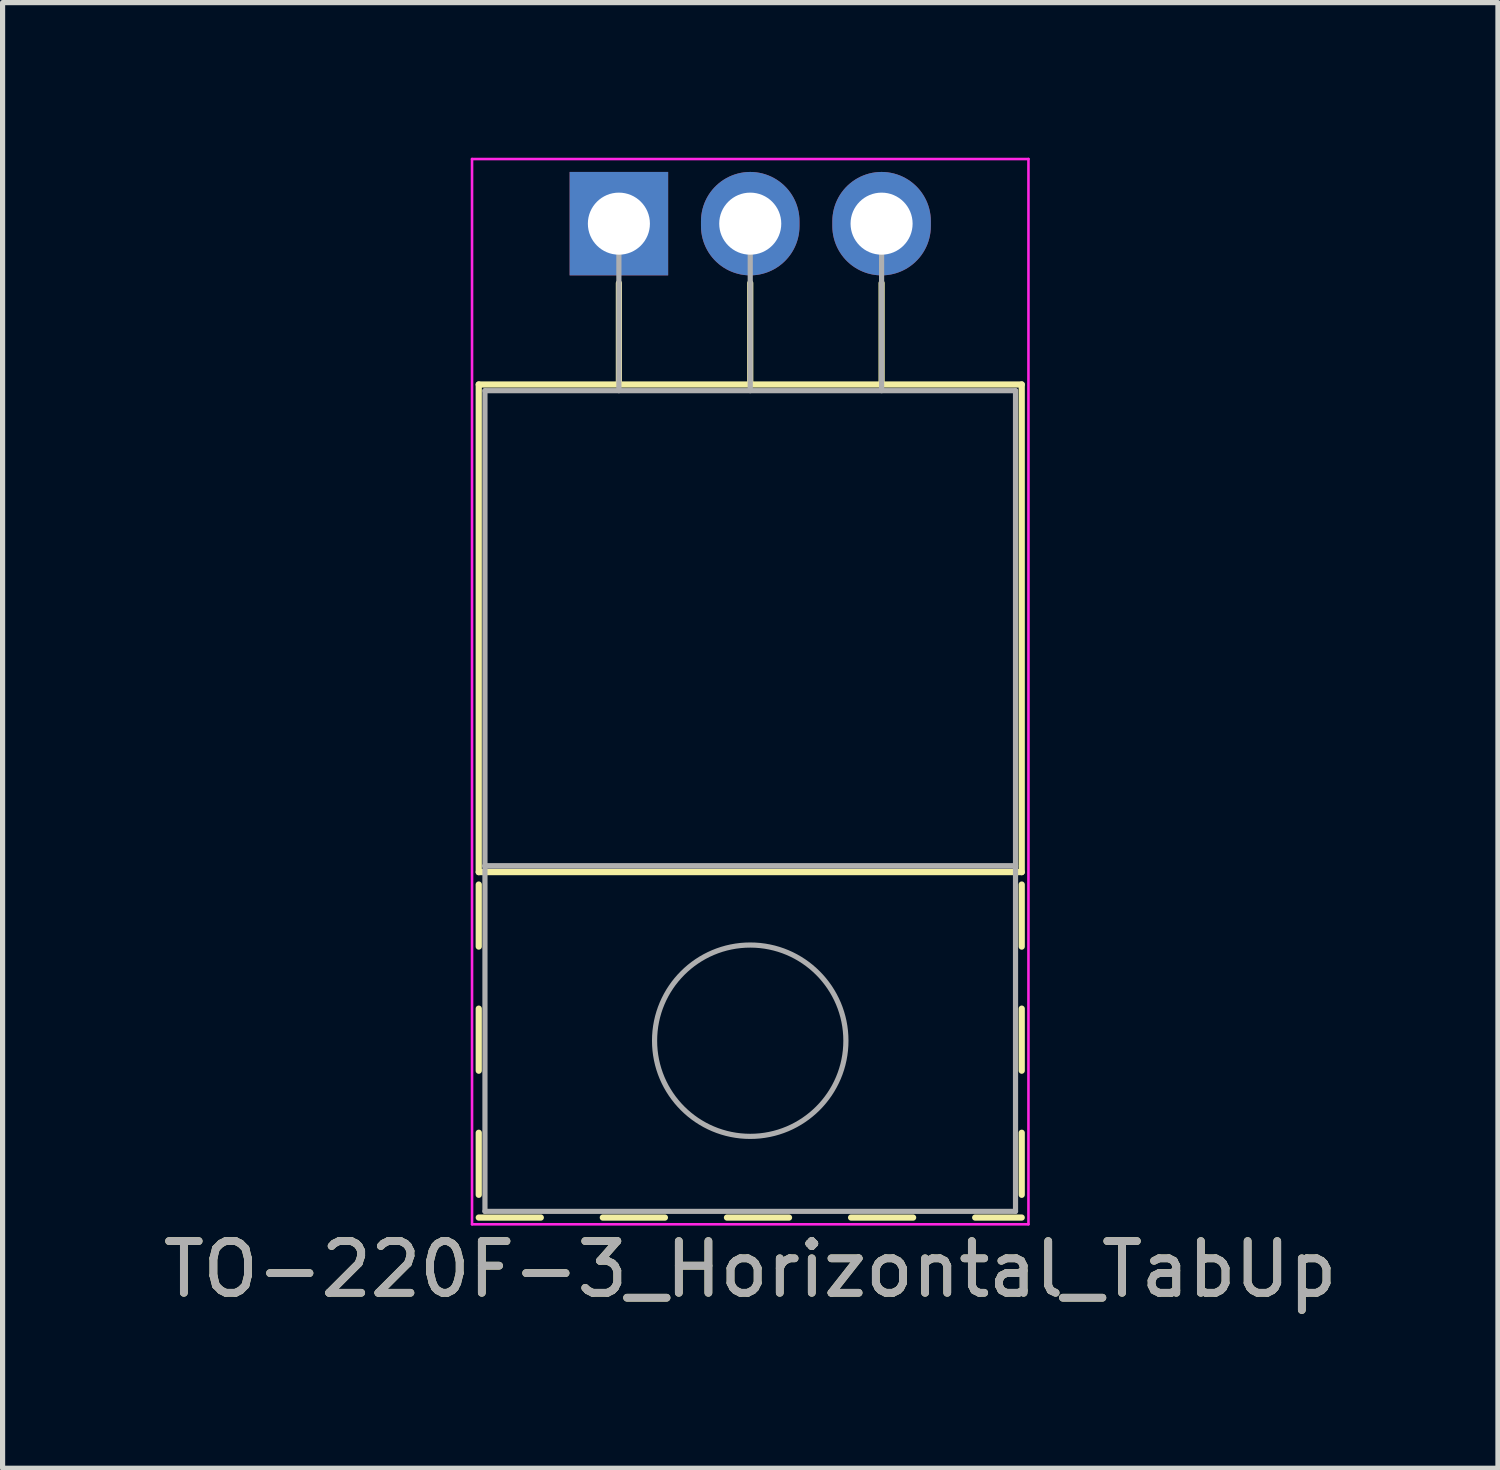
<source format=kicad_pcb>
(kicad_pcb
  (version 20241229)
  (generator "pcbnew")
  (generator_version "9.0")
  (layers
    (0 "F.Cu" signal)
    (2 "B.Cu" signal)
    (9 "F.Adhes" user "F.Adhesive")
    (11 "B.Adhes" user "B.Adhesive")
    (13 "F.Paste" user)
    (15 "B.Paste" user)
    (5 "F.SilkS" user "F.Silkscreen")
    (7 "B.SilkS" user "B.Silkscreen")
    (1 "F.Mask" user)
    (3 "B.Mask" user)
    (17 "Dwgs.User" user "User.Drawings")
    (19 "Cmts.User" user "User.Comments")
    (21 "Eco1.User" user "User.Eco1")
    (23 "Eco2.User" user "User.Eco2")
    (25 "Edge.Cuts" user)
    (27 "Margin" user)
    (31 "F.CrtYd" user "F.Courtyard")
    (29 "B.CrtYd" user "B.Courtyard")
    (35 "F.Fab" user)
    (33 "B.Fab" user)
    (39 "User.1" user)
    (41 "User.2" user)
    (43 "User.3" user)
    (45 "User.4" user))
  (footprint "TO-220F-3_Horizontal_TabUp"
    (layer "F.Cu")
    (at 8.918 1.275)
    (property "Reference" "TO-220F-3_Horizontal_TabUp" (at 2.54 20.22 0) (layer "F.SilkS") (effects (font (size 1 1) (thickness 0.15))))
    (attr through_hole)
    (fp_line (start -2.71 3.11) (end -2.71 12.54) (stroke (width 0.12) (type solid)) (layer "F.SilkS"))
    (fp_line (start -2.71 3.11) (end 7.79 3.11) (stroke (width 0.12) (type solid)) (layer "F.SilkS"))
    (fp_line (start -2.71 12.54) (end 7.79 12.54) (stroke (width 0.12) (type solid)) (layer "F.SilkS"))
    (fp_line (start -2.71 12.78) (end -2.71 13.98) (stroke (width 0.12) (type solid)) (layer "F.SilkS"))
    (fp_line (start -2.71 15.18) (end -2.71 16.38) (stroke (width 0.12) (type solid)) (layer "F.SilkS"))
    (fp_line (start -2.71 17.58) (end -2.71 18.78) (stroke (width 0.12) (type solid)) (layer "F.SilkS"))
    (fp_line (start -2.71 19.22) (end -1.51 19.22) (stroke (width 0.12) (type solid)) (layer "F.SilkS"))
    (fp_line (start -0.311 19.22) (end 0.89 19.22) (stroke (width 0.12) (type solid)) (layer "F.SilkS"))
    (fp_line (start 0 1.15) (end 0 3.11) (stroke (width 0.12) (type solid)) (layer "F.SilkS"))
    (fp_line (start 2.09 19.22) (end 3.29 19.22) (stroke (width 0.12) (type solid)) (layer "F.SilkS"))
    (fp_line (start 2.54 1.15) (end 2.54 3.11) (stroke (width 0.12) (type solid)) (layer "F.SilkS"))
    (fp_line (start 4.49 19.22) (end 5.69 19.22) (stroke (width 0.12) (type solid)) (layer "F.SilkS"))
    (fp_line (start 5.08 1.15) (end 5.08 3.11) (stroke (width 0.12) (type solid)) (layer "F.SilkS"))
    (fp_line (start 6.89 19.22) (end 7.79 19.22) (stroke (width 0.12) (type solid)) (layer "F.SilkS"))
    (fp_line (start 7.79 3.11) (end 7.79 12.54) (stroke (width 0.12) (type solid)) (layer "F.SilkS"))
    (fp_line (start 7.79 12.78) (end 7.79 13.98) (stroke (width 0.12) (type solid)) (layer "F.SilkS"))
    (fp_line (start 7.79 15.18) (end 7.79 16.38) (stroke (width 0.12) (type solid)) (layer "F.SilkS"))
    (fp_line (start 7.79 17.58) (end 7.79 18.78) (stroke (width 0.12) (type solid)) (layer "F.SilkS"))
    (fp_line (start -2.84 -1.25) (end -2.84 19.35) (stroke (width 0.05) (type solid)) (layer "F.CrtYd"))
    (fp_line (start -2.84 19.35) (end 7.92 19.35) (stroke (width 0.05) (type solid)) (layer "F.CrtYd"))
    (fp_line (start 7.92 -1.25) (end -2.84 -1.25) (stroke (width 0.05) (type solid)) (layer "F.CrtYd"))
    (fp_line (start 7.92 19.35) (end 7.92 -1.25) (stroke (width 0.05) (type solid)) (layer "F.CrtYd"))
    (fp_line (start -2.59 3.23) (end -2.59 12.42) (stroke (width 0.1) (type solid)) (layer "F.Fab"))
    (fp_line (start -2.59 12.42) (end -2.59 19.1) (stroke (width 0.1) (type solid)) (layer "F.Fab"))
    (fp_line (start -2.59 12.42) (end 7.67 12.42) (stroke (width 0.1) (type solid)) (layer "F.Fab"))
    (fp_line (start -2.59 19.1) (end 7.67 19.1) (stroke (width 0.1) (type solid)) (layer "F.Fab"))
    (fp_line (start 0 3.23) (end 0 0) (stroke (width 0.1) (type solid)) (layer "F.Fab"))
    (fp_line (start 2.54 3.23) (end 2.54 0) (stroke (width 0.1) (type solid)) (layer "F.Fab"))
    (fp_line (start 5.08 3.23) (end 5.08 0) (stroke (width 0.1) (type solid)) (layer "F.Fab"))
    (fp_line (start 7.67 3.23) (end -2.59 3.23) (stroke (width 0.1) (type solid)) (layer "F.Fab"))
    (fp_line (start 7.67 12.42) (end -2.59 12.42) (stroke (width 0.1) (type solid)) (layer "F.Fab"))
    (fp_line (start 7.67 12.42) (end 7.67 3.23) (stroke (width 0.1) (type solid)) (layer "F.Fab"))
    (fp_line (start 7.67 19.1) (end 7.67 12.42) (stroke (width 0.1) (type solid)) (layer "F.Fab"))
    (fp_circle (center 2.54 15.8) (end 4.39 15.8) (stroke (width 0.1) (type solid)) (fill no) (layer "F.Fab"))
    (fp_text user "${REFERENCE}" (at 2.54 20.22 0) (layer "F.Fab") (effects (font (size 1 1) (thickness 0.15))))
    (pad "1" thru_hole rect (at 0 0) (size 1.905 2) (drill 1.2) (layers "*.Cu" "*.Mask"))
    (pad "2" thru_hole oval (at 2.54 0) (size 1.905 2) (drill 1.2) (layers "*.Cu" "*.Mask"))
    (pad "3" thru_hole oval (at 5.08 0) (size 1.905 2) (drill 1.2) (layers "*.Cu" "*.Mask")))
  (gr_rect
    (start -3 -3)
    (end 25.917 25.343)
    (stroke (width 0.1) (type default))
    (fill no)
    (layer "Edge.Cuts")))
</source>
